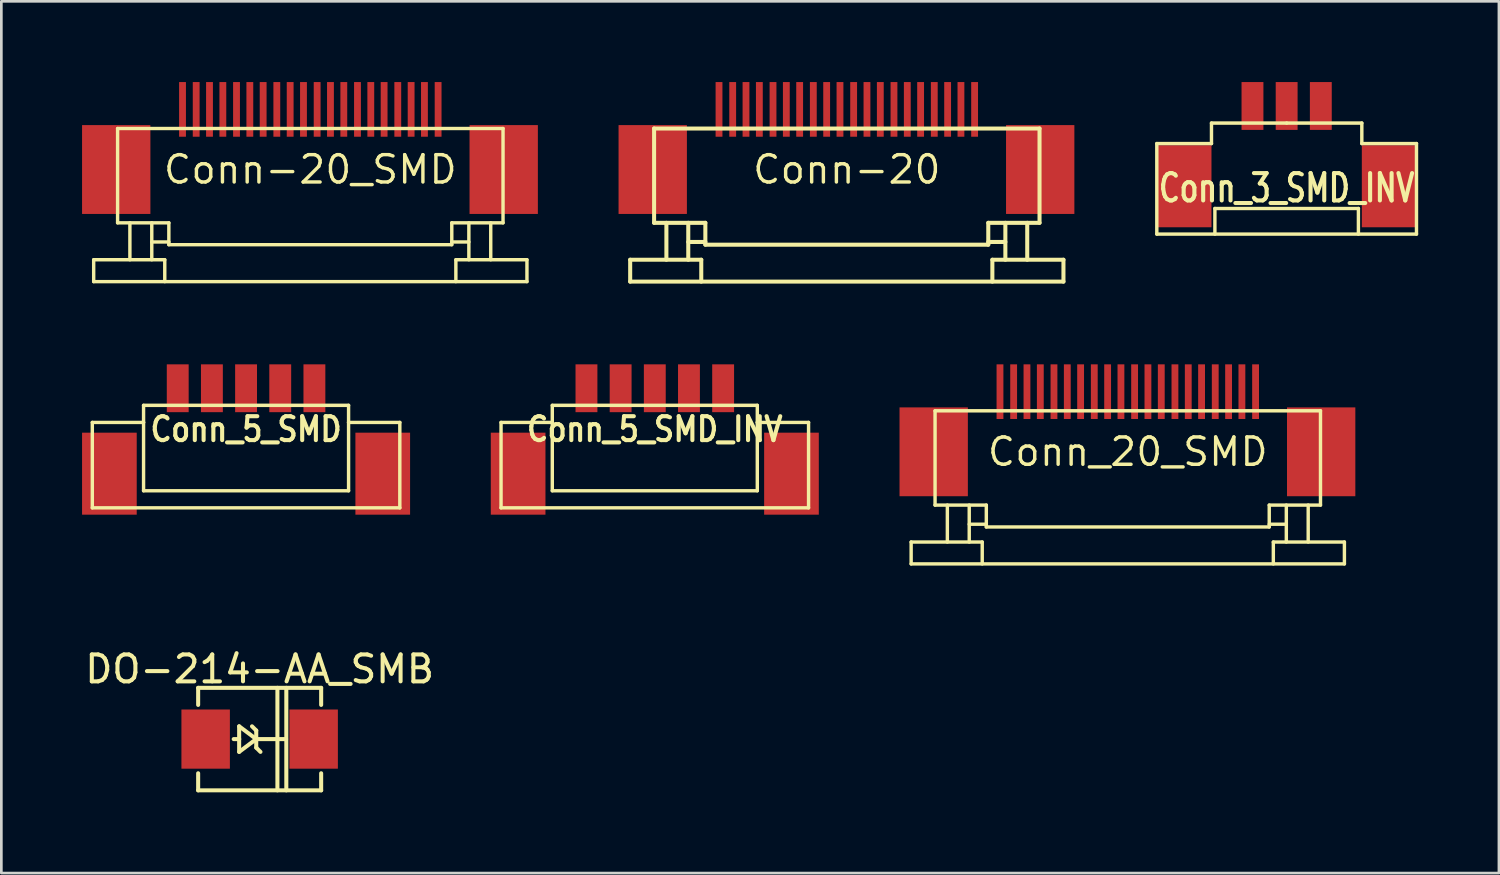
<source format=kicad_pcb>
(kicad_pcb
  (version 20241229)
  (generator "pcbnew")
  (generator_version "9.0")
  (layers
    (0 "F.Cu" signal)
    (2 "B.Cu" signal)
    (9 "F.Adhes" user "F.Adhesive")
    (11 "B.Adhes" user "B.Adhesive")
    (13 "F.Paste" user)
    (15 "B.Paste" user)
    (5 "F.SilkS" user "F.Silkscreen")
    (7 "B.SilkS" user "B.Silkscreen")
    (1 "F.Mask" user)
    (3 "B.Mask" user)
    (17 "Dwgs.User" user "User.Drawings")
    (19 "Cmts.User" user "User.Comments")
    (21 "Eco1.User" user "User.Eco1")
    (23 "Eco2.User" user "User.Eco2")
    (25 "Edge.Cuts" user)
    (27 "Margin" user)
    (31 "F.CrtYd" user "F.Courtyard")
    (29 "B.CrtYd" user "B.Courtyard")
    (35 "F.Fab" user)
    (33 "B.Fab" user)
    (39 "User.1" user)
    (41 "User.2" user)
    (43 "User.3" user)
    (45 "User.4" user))
  (footprint "Conn-20_SMD"
    (layer "F.Cu")
    (at 8.484 4.267)
    (property "Reference" "Conn-20_SMD" (at 0 -1.016 0) (layer "F.SilkS") (effects (font (size 1.016 1.016) (thickness 0.127))))
    (attr smd)
    (fp_line (start -8.052 2.337) (end -5.41 2.337) (stroke (width 0.127) (type solid)) (layer "F.SilkS"))
    (fp_line (start -8.052 3.15) (end -8.052 2.337) (stroke (width 0.127) (type solid)) (layer "F.SilkS"))
    (fp_line (start -8.052 3.15) (end 8.052 3.15) (stroke (width 0.127) (type solid)) (layer "F.SilkS"))
    (fp_line (start -7.163 -2.54) (end -7.163 0.965) (stroke (width 0.127) (type solid)) (layer "F.SilkS"))
    (fp_line (start -7.163 -2.54) (end 7.163 -2.54) (stroke (width 0.127) (type solid)) (layer "F.SilkS"))
    (fp_line (start -7.163 0.965) (end -5.258 0.965) (stroke (width 0.127) (type solid)) (layer "F.SilkS"))
    (fp_line (start -6.706 0.965) (end -6.706 2.337) (stroke (width 0.127) (type solid)) (layer "F.SilkS"))
    (fp_line (start -5.893 0.965) (end -5.893 2.337) (stroke (width 0.127) (type solid)) (layer "F.SilkS"))
    (fp_line (start -5.41 2.337) (end -5.41 3.15) (stroke (width 0.127) (type solid)) (layer "F.SilkS"))
    (fp_line (start -5.258 0.965) (end -5.258 1.778) (stroke (width 0.127) (type solid)) (layer "F.SilkS"))
    (fp_line (start -5.258 1.676) (end -5.893 1.676) (stroke (width 0.127) (type solid)) (layer "F.SilkS"))
    (fp_line (start -5.258 1.778) (end 5.258 1.778) (stroke (width 0.127) (type solid)) (layer "F.SilkS"))
    (fp_line (start 5.258 0.965) (end 7.163 0.965) (stroke (width 0.127) (type solid)) (layer "F.SilkS"))
    (fp_line (start 5.258 1.676) (end 5.893 1.676) (stroke (width 0.127) (type solid)) (layer "F.SilkS"))
    (fp_line (start 5.258 1.778) (end 5.258 0.965) (stroke (width 0.127) (type solid)) (layer "F.SilkS"))
    (fp_line (start 5.41 2.337) (end 5.41 3.15) (stroke (width 0.127) (type solid)) (layer "F.SilkS"))
    (fp_line (start 5.893 0.965) (end 5.893 2.337) (stroke (width 0.127) (type solid)) (layer "F.SilkS"))
    (fp_line (start 6.706 0.965) (end 6.706 2.337) (stroke (width 0.127) (type solid)) (layer "F.SilkS"))
    (fp_line (start 7.163 0.965) (end 7.163 -2.54) (stroke (width 0.127) (type solid)) (layer "F.SilkS"))
    (fp_line (start 8.052 2.337) (end 5.41 2.337) (stroke (width 0.127) (type solid)) (layer "F.SilkS"))
    (fp_line (start 8.052 3.15) (end 8.052 2.337) (stroke (width 0.127) (type solid)) (layer "F.SilkS"))
    (pad "" smd rect (at -7.214 -1.016) (size 2.54 3.302) (layers "F.Cu" "F.Mask" "F.Paste"))
    (pad "" smd rect (at 7.188 -1.016) (size 2.54 3.302) (layers "F.Cu" "F.Mask" "F.Paste"))
    (pad "1" smd rect (at -4.75 -3.251) (size 0.254 2.032) (layers "F.Cu" "F.Mask" "F.Paste"))
    (pad "2" smd rect (at -4.242 -3.251) (size 0.254 2.032) (layers "F.Cu" "F.Mask" "F.Paste"))
    (pad "3" smd rect (at -3.747 -3.251) (size 0.254 2.032) (layers "F.Cu" "F.Mask" "F.Paste"))
    (pad "4" smd rect (at -3.251 -3.251) (size 0.254 2.032) (layers "F.Cu" "F.Mask" "F.Paste"))
    (pad "5" smd rect (at -2.743 -3.251) (size 0.254 2.032) (layers "F.Cu" "F.Mask" "F.Paste"))
    (pad "6" smd rect (at -2.248 -3.251) (size 0.254 2.032) (layers "F.Cu" "F.Mask" "F.Paste"))
    (pad "7" smd rect (at -1.753 -3.251) (size 0.254 2.032) (layers "F.Cu" "F.Mask" "F.Paste"))
    (pad "8" smd rect (at -1.245 -3.251) (size 0.254 2.032) (layers "F.Cu" "F.Mask" "F.Paste"))
    (pad "9" smd rect (at -0.749 -3.251) (size 0.254 2.032) (layers "F.Cu" "F.Mask" "F.Paste"))
    (pad "10" smd rect (at -0.254 -3.251) (size 0.254 2.032) (layers "F.Cu" "F.Mask" "F.Paste"))
    (pad "11" smd rect (at 0.254 -3.251) (size 0.254 2.032) (layers "F.Cu" "F.Mask" "F.Paste"))
    (pad "12" smd rect (at 0.749 -3.251) (size 0.254 2.032) (layers "F.Cu" "F.Mask" "F.Paste"))
    (pad "13" smd rect (at 1.245 -3.251) (size 0.254 2.032) (layers "F.Cu" "F.Mask" "F.Paste"))
    (pad "14" smd rect (at 1.753 -3.251) (size 0.254 2.032) (layers "F.Cu" "F.Mask" "F.Paste"))
    (pad "15" smd rect (at 2.248 -3.251) (size 0.254 2.032) (layers "F.Cu" "F.Mask" "F.Paste"))
    (pad "16" smd rect (at 2.743 -3.251) (size 0.254 2.032) (layers "F.Cu" "F.Mask" "F.Paste"))
    (pad "17" smd rect (at 3.251 -3.251) (size 0.254 2.032) (layers "F.Cu" "F.Mask" "F.Paste"))
    (pad "18" smd rect (at 3.747 -3.251) (size 0.254 2.032) (layers "F.Cu" "F.Mask" "F.Paste"))
    (pad "19" smd rect (at 4.242 -3.251) (size 0.254 2.032) (layers "F.Cu" "F.Mask" "F.Paste"))
    (pad "20" smd rect (at 4.75 -3.251) (size 0.254 2.032) (layers "F.Cu" "F.Mask" "F.Paste")))
  (footprint "Conn_5_SMD"
    (layer "F.Cu")
    (at 6.096 11.381)
    (property "Reference" "Conn_5_SMD" (at 0 1.524 0) (layer "F.SilkS") (effects (font (size 0.889 0.762) (thickness 0.152))))
    (attr smd)
    (fp_line (start -5.715 1.27) (end -3.81 1.27) (stroke (width 0.127) (type solid)) (layer "F.SilkS"))
    (fp_line (start -5.715 4.445) (end -5.715 1.27) (stroke (width 0.127) (type solid)) (layer "F.SilkS"))
    (fp_line (start -3.81 0.635) (end 3.81 0.635) (stroke (width 0.127) (type solid)) (layer "F.SilkS"))
    (fp_line (start -3.81 1.27) (end -3.81 0.635) (stroke (width 0.127) (type solid)) (layer "F.SilkS"))
    (fp_line (start -3.81 3.81) (end -3.81 1.27) (stroke (width 0.127) (type solid)) (layer "F.SilkS"))
    (fp_line (start 3.81 0.635) (end 3.81 1.27) (stroke (width 0.127) (type solid)) (layer "F.SilkS"))
    (fp_line (start 3.81 1.27) (end 3.81 3.81) (stroke (width 0.127) (type solid)) (layer "F.SilkS"))
    (fp_line (start 3.81 1.27) (end 5.715 1.27) (stroke (width 0.127) (type solid)) (layer "F.SilkS"))
    (fp_line (start 3.81 3.81) (end -3.81 3.81) (stroke (width 0.127) (type solid)) (layer "F.SilkS"))
    (fp_line (start 5.715 4.445) (end -5.715 4.445) (stroke (width 0.127) (type solid)) (layer "F.SilkS"))
    (fp_line (start 5.715 4.445) (end 5.715 1.27) (stroke (width 0.127) (type solid)) (layer "F.SilkS"))
    (pad "" smd rect (at -5.08 3.175) (size 2.032 3.048) (layers "F.Cu" "F.Mask" "F.Paste"))
    (pad "" smd rect (at 5.08 3.175) (size 2.032 3.048) (layers "F.Cu" "F.Mask" "F.Paste"))
    (pad "1" smd rect (at -2.54 0) (size 0.813 1.778) (layers "F.Cu" "F.Mask" "F.Paste"))
    (pad "2" smd rect (at -1.27 0) (size 0.813 1.778) (layers "F.Cu" "F.Mask" "F.Paste"))
    (pad "3" smd rect (at 0 0) (size 0.813 1.778) (layers "F.Cu" "F.Mask" "F.Paste"))
    (pad "4" smd rect (at 1.27 0) (size 0.813 1.778) (layers "F.Cu" "F.Mask" "F.Paste"))
    (pad "5" smd rect (at 2.54 0) (size 0.813 1.778) (layers "F.Cu" "F.Mask" "F.Paste")))
  (footprint "DO-214-AA_SMB"
    (layer "F.Cu")
    (at 6.601 24.421)
    (property "Reference" "DO-214-AA_SMB" (at 0 -2.601 0) (layer "F.SilkS") (effects (font (size 1 1) (thickness 0.15))))
    (attr smd)
    (fp_line (start -2.286 -1.905) (end 2.286 -1.905) (stroke (width 0.15) (type solid)) (layer "F.SilkS"))
    (fp_line (start -2.286 -1.27) (end -2.286 -1.905) (stroke (width 0.15) (type solid)) (layer "F.SilkS"))
    (fp_line (start -2.286 1.27) (end -2.286 1.905) (stroke (width 0.15) (type solid)) (layer "F.SilkS"))
    (fp_line (start -2.286 1.905) (end 2.286 1.905) (stroke (width 0.15) (type solid)) (layer "F.SilkS"))
    (fp_line (start -0.762 -0.475) (end -0.762 0) (stroke (width 0.15) (type solid)) (layer "F.SilkS"))
    (fp_line (start -0.762 0) (end -0.965 0) (stroke (width 0.15) (type solid)) (layer "F.SilkS"))
    (fp_line (start -0.762 0) (end -0.762 0.475) (stroke (width 0.15) (type solid)) (layer "F.SilkS"))
    (fp_line (start -0.762 0.475) (end -0.127 0) (stroke (width 0.15) (type solid)) (layer "F.SilkS"))
    (fp_line (start -0.127 -0.318) (end -0.284 -0.475) (stroke (width 0.15) (type solid)) (layer "F.SilkS"))
    (fp_line (start -0.127 0) (end -0.762 -0.475) (stroke (width 0.15) (type solid)) (layer "F.SilkS"))
    (fp_line (start -0.127 0) (end -0.127 -0.318) (stroke (width 0.15) (type solid)) (layer "F.SilkS"))
    (fp_line (start -0.127 0) (end -0.127 0.318) (stroke (width 0.15) (type solid)) (layer "F.SilkS"))
    (fp_line (start -0.127 0) (end 0.983 0) (stroke (width 0.15) (type solid)) (layer "F.SilkS"))
    (fp_line (start -0.127 0.318) (end 0.03 0.475) (stroke (width 0.15) (type solid)) (layer "F.SilkS"))
    (fp_line (start 0.66 1.905) (end 0.66 -1.905) (stroke (width 0.15) (type solid)) (layer "F.SilkS"))
    (fp_line (start 0.991 1.905) (end 0.991 -1.905) (stroke (width 0.15) (type solid)) (layer "F.SilkS"))
    (fp_line (start 2.286 -1.905) (end 2.286 -1.27) (stroke (width 0.15) (type solid)) (layer "F.SilkS"))
    (fp_line (start 2.286 1.905) (end 2.286 1.27) (stroke (width 0.15) (type solid)) (layer "F.SilkS"))
    (pad "1" smd rect (at -2.007 0) (size 1.801 2.2) (layers "F.Cu" "F.Mask" "F.Paste"))
    (pad "2" smd rect (at 2.007 0) (size 1.801 2.2) (layers "F.Cu" "F.Mask" "F.Paste")))
  (footprint "Conn_3_SMD_INV"
    (layer "F.Cu")
    (at 44.773 4.318)
    (property "Reference" "Conn_3_SMD_INV" (at 0 -0.381 0) (layer "F.SilkS") (effects (font (size 1.016 0.762) (thickness 0.152))))
    (attr smd)
    (fp_line (start -4.826 -2.032) (end -2.794 -2.032) (stroke (width 0.127) (type solid)) (layer "F.SilkS"))
    (fp_line (start -4.826 1.333) (end -4.826 -2.032) (stroke (width 0.127) (type solid)) (layer "F.SilkS"))
    (fp_line (start -2.794 -2.794) (end 0 -2.794) (stroke (width 0.127) (type solid)) (layer "F.SilkS"))
    (fp_line (start -2.794 -2.032) (end -2.794 -2.794) (stroke (width 0.127) (type solid)) (layer "F.SilkS"))
    (fp_line (start -2.667 0.381) (end -2.667 1.333) (stroke (width 0.127) (type solid)) (layer "F.SilkS"))
    (fp_line (start 0 -2.794) (end 2.794 -2.794) (stroke (width 0.127) (type solid)) (layer "F.SilkS"))
    (fp_line (start 2.667 0.381) (end -2.667 0.381) (stroke (width 0.127) (type solid)) (layer "F.SilkS"))
    (fp_line (start 2.667 1.333) (end 2.667 0.381) (stroke (width 0.127) (type solid)) (layer "F.SilkS"))
    (fp_line (start 2.794 -2.794) (end 2.794 -2.032) (stroke (width 0.127) (type solid)) (layer "F.SilkS"))
    (fp_line (start 2.794 -2.032) (end 4.826 -2.032) (stroke (width 0.127) (type solid)) (layer "F.SilkS"))
    (fp_line (start 4.826 -2.032) (end 4.826 1.333) (stroke (width 0.127) (type solid)) (layer "F.SilkS"))
    (fp_line (start 4.826 1.333) (end -4.826 1.333) (stroke (width 0.127) (type solid)) (layer "F.SilkS"))
    (pad "" smd rect (at -3.81 -0.445) (size 2.032 3.048) (layers "F.Cu" "F.Mask" "F.Paste"))
    (pad "" smd rect (at 3.81 -0.445) (size 2.032 3.048) (layers "F.Cu" "F.Mask" "F.Paste"))
    (pad "1" smd rect (at 1.27 -3.429) (size 0.813 1.778) (layers "F.Cu" "F.Mask" "F.Paste"))
    (pad "2" smd rect (at 0 -3.429) (size 0.813 1.778) (layers "F.Cu" "F.Mask" "F.Paste"))
    (pad "3" smd rect (at -1.27 -3.429) (size 0.813 1.778) (layers "F.Cu" "F.Mask" "F.Paste")))
  (footprint "Conn_20_SMD"
    (layer "F.Cu")
    (at 38.868 14.759)
    (property "Reference" "Conn_20_SMD" (at 0 -1.016 0) (layer "F.SilkS") (effects (font (size 1.016 1.016) (thickness 0.127))))
    (attr smd)
    (fp_line (start -8.052 2.337) (end -5.41 2.337) (stroke (width 0.127) (type solid)) (layer "F.SilkS"))
    (fp_line (start -8.052 3.15) (end -8.052 2.337) (stroke (width 0.127) (type solid)) (layer "F.SilkS"))
    (fp_line (start -8.052 3.15) (end 8.052 3.15) (stroke (width 0.127) (type solid)) (layer "F.SilkS"))
    (fp_line (start -7.163 -2.54) (end -7.163 0.965) (stroke (width 0.127) (type solid)) (layer "F.SilkS"))
    (fp_line (start -7.163 -2.54) (end 7.163 -2.54) (stroke (width 0.127) (type solid)) (layer "F.SilkS"))
    (fp_line (start -7.163 0.965) (end -5.258 0.965) (stroke (width 0.127) (type solid)) (layer "F.SilkS"))
    (fp_line (start -6.706 0.965) (end -6.706 2.337) (stroke (width 0.127) (type solid)) (layer "F.SilkS"))
    (fp_line (start -5.893 0.965) (end -5.893 2.337) (stroke (width 0.127) (type solid)) (layer "F.SilkS"))
    (fp_line (start -5.41 2.337) (end -5.41 3.15) (stroke (width 0.127) (type solid)) (layer "F.SilkS"))
    (fp_line (start -5.258 0.965) (end -5.258 1.778) (stroke (width 0.127) (type solid)) (layer "F.SilkS"))
    (fp_line (start -5.258 1.676) (end -5.893 1.676) (stroke (width 0.127) (type solid)) (layer "F.SilkS"))
    (fp_line (start -5.258 1.778) (end 5.258 1.778) (stroke (width 0.127) (type solid)) (layer "F.SilkS"))
    (fp_line (start 5.258 0.965) (end 7.163 0.965) (stroke (width 0.127) (type solid)) (layer "F.SilkS"))
    (fp_line (start 5.258 1.676) (end 5.893 1.676) (stroke (width 0.127) (type solid)) (layer "F.SilkS"))
    (fp_line (start 5.258 1.778) (end 5.258 0.965) (stroke (width 0.127) (type solid)) (layer "F.SilkS"))
    (fp_line (start 5.41 2.337) (end 5.41 3.15) (stroke (width 0.127) (type solid)) (layer "F.SilkS"))
    (fp_line (start 5.893 0.965) (end 5.893 2.337) (stroke (width 0.127) (type solid)) (layer "F.SilkS"))
    (fp_line (start 6.706 0.965) (end 6.706 2.337) (stroke (width 0.127) (type solid)) (layer "F.SilkS"))
    (fp_line (start 7.163 0.965) (end 7.163 -2.54) (stroke (width 0.127) (type solid)) (layer "F.SilkS"))
    (fp_line (start 8.052 2.337) (end 5.41 2.337) (stroke (width 0.127) (type solid)) (layer "F.SilkS"))
    (fp_line (start 8.052 3.15) (end 8.052 2.337) (stroke (width 0.127) (type solid)) (layer "F.SilkS"))
    (pad "" smd rect (at -7.214 -1.016) (size 2.54 3.302) (layers "F.Cu" "F.Mask" "F.Paste"))
    (pad "" smd rect (at 7.188 -1.016) (size 2.54 3.302) (layers "F.Cu" "F.Mask" "F.Paste"))
    (pad "1" smd rect (at -4.75 -3.251) (size 0.254 2.032) (layers "F.Cu" "F.Mask" "F.Paste"))
    (pad "2" smd rect (at -4.242 -3.251) (size 0.254 2.032) (layers "F.Cu" "F.Mask" "F.Paste"))
    (pad "3" smd rect (at -3.747 -3.251) (size 0.254 2.032) (layers "F.Cu" "F.Mask" "F.Paste"))
    (pad "4" smd rect (at -3.251 -3.251) (size 0.254 2.032) (layers "F.Cu" "F.Mask" "F.Paste"))
    (pad "5" smd rect (at -2.743 -3.251) (size 0.254 2.032) (layers "F.Cu" "F.Mask" "F.Paste"))
    (pad "6" smd rect (at -2.248 -3.251) (size 0.254 2.032) (layers "F.Cu" "F.Mask" "F.Paste"))
    (pad "7" smd rect (at -1.753 -3.251) (size 0.254 2.032) (layers "F.Cu" "F.Mask" "F.Paste"))
    (pad "8" smd rect (at -1.245 -3.251) (size 0.254 2.032) (layers "F.Cu" "F.Mask" "F.Paste"))
    (pad "9" smd rect (at -0.749 -3.251) (size 0.254 2.032) (layers "F.Cu" "F.Mask" "F.Paste"))
    (pad "10" smd rect (at -0.254 -3.251) (size 0.254 2.032) (layers "F.Cu" "F.Mask" "F.Paste"))
    (pad "11" smd rect (at 0.254 -3.251) (size 0.254 2.032) (layers "F.Cu" "F.Mask" "F.Paste"))
    (pad "12" smd rect (at 0.749 -3.251) (size 0.254 2.032) (layers "F.Cu" "F.Mask" "F.Paste"))
    (pad "13" smd rect (at 1.245 -3.251) (size 0.254 2.032) (layers "F.Cu" "F.Mask" "F.Paste"))
    (pad "14" smd rect (at 1.753 -3.251) (size 0.254 2.032) (layers "F.Cu" "F.Mask" "F.Paste"))
    (pad "15" smd rect (at 2.248 -3.251) (size 0.254 2.032) (layers "F.Cu" "F.Mask" "F.Paste"))
    (pad "16" smd rect (at 2.743 -3.251) (size 0.254 2.032) (layers "F.Cu" "F.Mask" "F.Paste"))
    (pad "17" smd rect (at 3.251 -3.251) (size 0.254 2.032) (layers "F.Cu" "F.Mask" "F.Paste"))
    (pad "18" smd rect (at 3.747 -3.251) (size 0.254 2.032) (layers "F.Cu" "F.Mask" "F.Paste"))
    (pad "19" smd rect (at 4.242 -3.251) (size 0.254 2.032) (layers "F.Cu" "F.Mask" "F.Paste"))
    (pad "20" smd rect (at 4.75 -3.251) (size 0.254 2.032) (layers "F.Cu" "F.Mask" "F.Paste")))
  (footprint "Conn-20"
    (layer "F.Cu")
    (at 28.425 4.267)
    (property "Reference" "Conn-20" (at 0 -1.016 0) (layer "F.SilkS") (effects (font (size 1.016 1.016) (thickness 0.127))))
    (attr smd)
    (fp_line (start -8.052 2.337) (end -5.41 2.337) (stroke (width 0.15) (type solid)) (layer "F.SilkS"))
    (fp_line (start -8.052 3.15) (end -8.052 2.337) (stroke (width 0.15) (type solid)) (layer "F.SilkS"))
    (fp_line (start -8.052 3.15) (end 8.052 3.15) (stroke (width 0.15) (type solid)) (layer "F.SilkS"))
    (fp_line (start -7.163 -2.54) (end -7.163 0.965) (stroke (width 0.15) (type solid)) (layer "F.SilkS"))
    (fp_line (start -7.163 -2.54) (end 7.163 -2.54) (stroke (width 0.15) (type solid)) (layer "F.SilkS"))
    (fp_line (start -7.163 0.965) (end -5.258 0.965) (stroke (width 0.15) (type solid)) (layer "F.SilkS"))
    (fp_line (start -6.706 0.965) (end -6.706 2.337) (stroke (width 0.15) (type solid)) (layer "F.SilkS"))
    (fp_line (start -5.893 0.965) (end -5.893 2.337) (stroke (width 0.15) (type solid)) (layer "F.SilkS"))
    (fp_line (start -5.41 2.337) (end -5.41 3.15) (stroke (width 0.15) (type solid)) (layer "F.SilkS"))
    (fp_line (start -5.258 0.965) (end -5.258 1.778) (stroke (width 0.15) (type solid)) (layer "F.SilkS"))
    (fp_line (start -5.258 1.676) (end -5.893 1.676) (stroke (width 0.15) (type solid)) (layer "F.SilkS"))
    (fp_line (start -5.258 1.778) (end 5.258 1.778) (stroke (width 0.15) (type solid)) (layer "F.SilkS"))
    (fp_line (start 5.258 0.965) (end 7.163 0.965) (stroke (width 0.15) (type solid)) (layer "F.SilkS"))
    (fp_line (start 5.258 1.676) (end 5.893 1.676) (stroke (width 0.15) (type solid)) (layer "F.SilkS"))
    (fp_line (start 5.258 1.778) (end 5.258 0.965) (stroke (width 0.15) (type solid)) (layer "F.SilkS"))
    (fp_line (start 5.41 2.337) (end 5.41 3.15) (stroke (width 0.15) (type solid)) (layer "F.SilkS"))
    (fp_line (start 5.893 0.965) (end 5.893 2.337) (stroke (width 0.15) (type solid)) (layer "F.SilkS"))
    (fp_line (start 6.706 0.965) (end 6.706 2.337) (stroke (width 0.15) (type solid)) (layer "F.SilkS"))
    (fp_line (start 7.163 0.965) (end 7.163 -2.54) (stroke (width 0.15) (type solid)) (layer "F.SilkS"))
    (fp_line (start 8.052 2.337) (end 5.41 2.337) (stroke (width 0.15) (type solid)) (layer "F.SilkS"))
    (fp_line (start 8.052 3.15) (end 8.052 2.337) (stroke (width 0.15) (type solid)) (layer "F.SilkS"))
    (pad "" smd rect (at -7.214 -1.016) (size 2.54 3.302) (layers "F.Cu" "F.Mask" "F.Paste"))
    (pad "" smd rect (at 7.188 -1.016) (size 2.54 3.302) (layers "F.Cu" "F.Mask" "F.Paste"))
    (pad "1" smd rect (at -4.75 -3.251) (size 0.254 2.032) (layers "F.Cu" "F.Mask" "F.Paste"))
    (pad "2" smd rect (at -4.242 -3.251) (size 0.254 2.032) (layers "F.Cu" "F.Mask" "F.Paste"))
    (pad "3" smd rect (at -3.747 -3.251) (size 0.254 2.032) (layers "F.Cu" "F.Mask" "F.Paste"))
    (pad "4" smd rect (at -3.251 -3.251) (size 0.254 2.032) (layers "F.Cu" "F.Mask" "F.Paste"))
    (pad "5" smd rect (at -2.743 -3.251) (size 0.254 2.032) (layers "F.Cu" "F.Mask" "F.Paste"))
    (pad "6" smd rect (at -2.248 -3.251) (size 0.254 2.032) (layers "F.Cu" "F.Mask" "F.Paste"))
    (pad "7" smd rect (at -1.753 -3.251) (size 0.254 2.032) (layers "F.Cu" "F.Mask" "F.Paste"))
    (pad "8" smd rect (at -1.245 -3.251) (size 0.254 2.032) (layers "F.Cu" "F.Mask" "F.Paste"))
    (pad "9" smd rect (at -0.749 -3.251) (size 0.254 2.032) (layers "F.Cu" "F.Mask" "F.Paste"))
    (pad "10" smd rect (at -0.254 -3.251) (size 0.254 2.032) (layers "F.Cu" "F.Mask" "F.Paste"))
    (pad "11" smd rect (at 0.254 -3.251) (size 0.254 2.032) (layers "F.Cu" "F.Mask" "F.Paste"))
    (pad "12" smd rect (at 0.749 -3.251) (size 0.254 2.032) (layers "F.Cu" "F.Mask" "F.Paste"))
    (pad "13" smd rect (at 1.245 -3.251) (size 0.254 2.032) (layers "F.Cu" "F.Mask" "F.Paste"))
    (pad "14" smd rect (at 1.753 -3.251) (size 0.254 2.032) (layers "F.Cu" "F.Mask" "F.Paste"))
    (pad "15" smd rect (at 2.248 -3.251) (size 0.254 2.032) (layers "F.Cu" "F.Mask" "F.Paste"))
    (pad "16" smd rect (at 2.743 -3.251) (size 0.254 2.032) (layers "F.Cu" "F.Mask" "F.Paste"))
    (pad "17" smd rect (at 3.251 -3.251) (size 0.254 2.032) (layers "F.Cu" "F.Mask" "F.Paste"))
    (pad "18" smd rect (at 3.747 -3.251) (size 0.254 2.032) (layers "F.Cu" "F.Mask" "F.Paste"))
    (pad "19" smd rect (at 4.242 -3.251) (size 0.254 2.032) (layers "F.Cu" "F.Mask" "F.Paste"))
    (pad "20" smd rect (at 4.75 -3.251) (size 0.254 2.032) (layers "F.Cu" "F.Mask" "F.Paste")))
  (footprint "Conn_5_SMD_INV"
    (layer "F.Cu")
    (at 21.288 11.381)
    (property "Reference" "Conn_5_SMD_INV" (at 0 1.524 0) (layer "F.SilkS") (effects (font (size 0.889 0.762) (thickness 0.152))))
    (attr smd)
    (fp_line (start -5.715 1.27) (end -3.81 1.27) (stroke (width 0.127) (type solid)) (layer "F.SilkS"))
    (fp_line (start -5.715 4.445) (end -5.715 1.27) (stroke (width 0.127) (type solid)) (layer "F.SilkS"))
    (fp_line (start -3.81 0.635) (end 3.81 0.635) (stroke (width 0.127) (type solid)) (layer "F.SilkS"))
    (fp_line (start -3.81 1.27) (end -3.81 0.635) (stroke (width 0.127) (type solid)) (layer "F.SilkS"))
    (fp_line (start -3.81 3.81) (end -3.81 1.27) (stroke (width 0.127) (type solid)) (layer "F.SilkS"))
    (fp_line (start 3.81 0.635) (end 3.81 1.27) (stroke (width 0.127) (type solid)) (layer "F.SilkS"))
    (fp_line (start 3.81 1.27) (end 3.81 3.81) (stroke (width 0.127) (type solid)) (layer "F.SilkS"))
    (fp_line (start 3.81 1.27) (end 5.715 1.27) (stroke (width 0.127) (type solid)) (layer "F.SilkS"))
    (fp_line (start 3.81 3.81) (end -3.81 3.81) (stroke (width 0.127) (type solid)) (layer "F.SilkS"))
    (fp_line (start 5.715 4.445) (end -5.715 4.445) (stroke (width 0.127) (type solid)) (layer "F.SilkS"))
    (fp_line (start 5.715 4.445) (end 5.715 1.27) (stroke (width 0.127) (type solid)) (layer "F.SilkS"))
    (pad "" smd rect (at -5.08 3.175) (size 2.032 3.048) (layers "F.Cu" "F.Mask" "F.Paste"))
    (pad "" smd rect (at 5.08 3.175) (size 2.032 3.048) (layers "F.Cu" "F.Mask" "F.Paste"))
    (pad "1" smd rect (at -2.54 0) (size 0.813 1.778) (layers "F.Cu" "F.Mask" "F.Paste"))
    (pad "2" smd rect (at -1.27 0) (size 0.813 1.778) (layers "F.Cu" "F.Mask" "F.Paste"))
    (pad "3" smd rect (at 0 0) (size 0.813 1.778) (layers "F.Cu" "F.Mask" "F.Paste"))
    (pad "4" smd rect (at 1.27 0) (size 0.813 1.778) (layers "F.Cu" "F.Mask" "F.Paste"))
    (pad "5" smd rect (at 2.54 0) (size 0.813 1.778) (layers "F.Cu" "F.Mask" "F.Paste")))
  (gr_rect
    (start -3 -3)
    (end 52.663 29.401)
    (stroke (width 0.1) (type default))
    (fill no)
    (layer "Edge.Cuts")))
</source>
